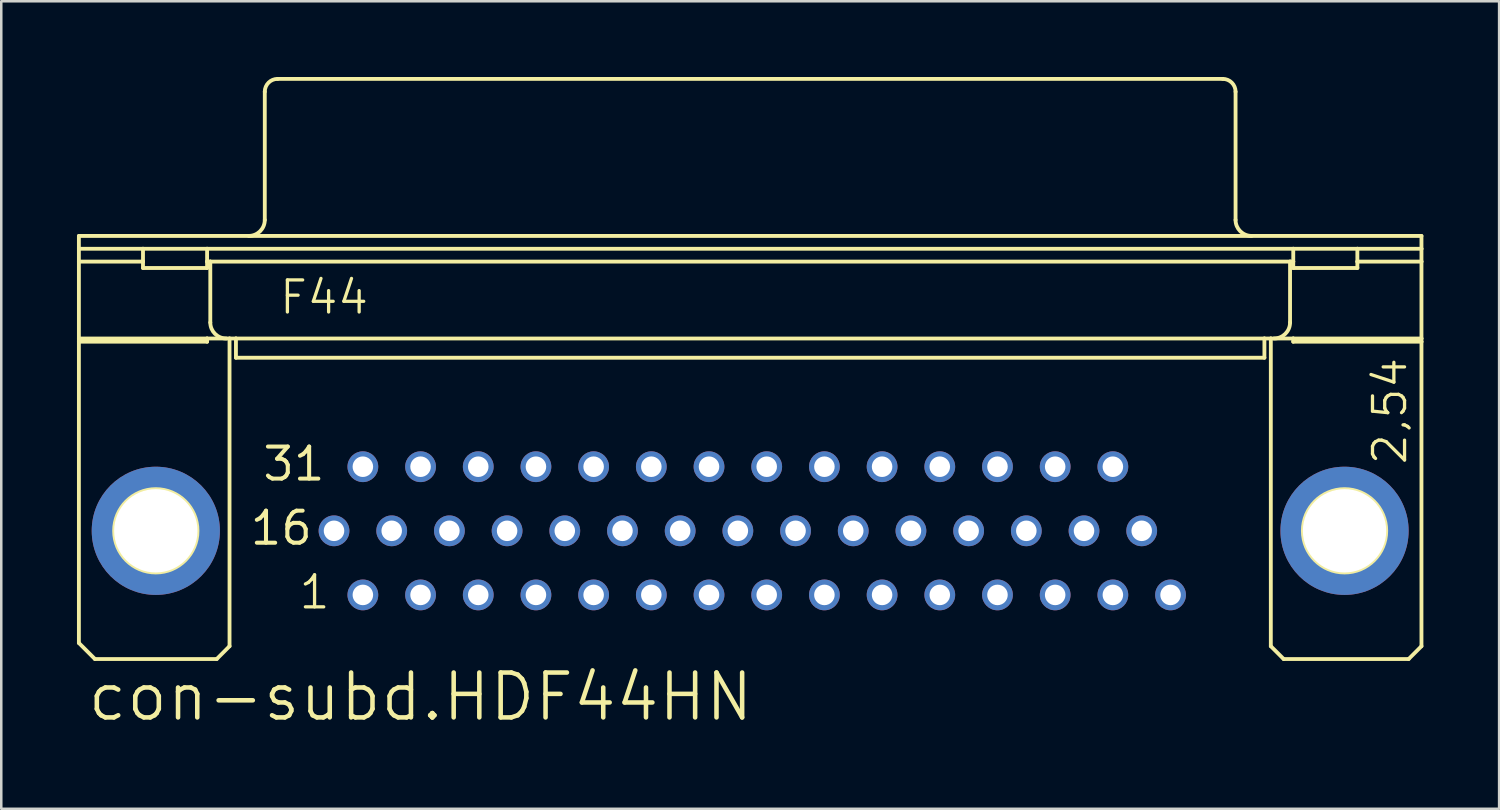
<source format=kicad_pcb>
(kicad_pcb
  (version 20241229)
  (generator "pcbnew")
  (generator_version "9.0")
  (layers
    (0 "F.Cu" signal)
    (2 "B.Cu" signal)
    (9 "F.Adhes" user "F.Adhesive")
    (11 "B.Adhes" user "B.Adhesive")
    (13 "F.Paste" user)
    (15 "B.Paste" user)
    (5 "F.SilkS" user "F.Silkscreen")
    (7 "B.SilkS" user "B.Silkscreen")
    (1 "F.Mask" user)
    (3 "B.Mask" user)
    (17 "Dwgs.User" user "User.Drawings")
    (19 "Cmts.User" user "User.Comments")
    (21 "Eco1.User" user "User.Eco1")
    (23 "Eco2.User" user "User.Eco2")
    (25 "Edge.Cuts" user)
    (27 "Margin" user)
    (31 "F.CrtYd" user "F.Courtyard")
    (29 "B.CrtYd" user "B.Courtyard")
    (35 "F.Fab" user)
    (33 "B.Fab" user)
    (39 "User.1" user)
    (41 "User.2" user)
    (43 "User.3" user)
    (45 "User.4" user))
  (footprint "con-subd.HDF44HN"
    (layer "F.Cu")
    (at 26.06 16.713)
    (property "Reference" "con-subd.HDF44HN" (at -25.73 8.89 0) (layer "F.SilkS") (effects (font (size 1.778 1.778) (thickness 0.18)) (justify left bottom)))
    (attr through_hole)
    (fp_line (start -25.984 -10.414) (end 27.214 -10.414) (stroke (width 0.152) (type default)) (layer "F.SilkS"))
    (fp_line (start -25.984 -9.906) (end -25.984 -10.414) (stroke (width 0.152) (type default)) (layer "F.SilkS"))
    (fp_line (start -25.984 -9.906) (end -23.444 -9.906) (stroke (width 0.152) (type default)) (layer "F.SilkS"))
    (fp_line (start -25.984 -9.398) (end -25.984 -9.906) (stroke (width 0.152) (type default)) (layer "F.SilkS"))
    (fp_line (start -25.984 -9.398) (end -23.444 -9.398) (stroke (width 0.152) (type default)) (layer "F.SilkS"))
    (fp_line (start -25.984 -6.35) (end -25.984 -9.398) (stroke (width 0.152) (type default)) (layer "F.SilkS"))
    (fp_line (start -25.984 -6.35) (end -25.984 -6.223) (stroke (width 0.152) (type default)) (layer "F.SilkS"))
    (fp_line (start -25.984 -6.35) (end -20.904 -6.35) (stroke (width 0.152) (type default)) (layer "F.SilkS"))
    (fp_line (start -25.984 -6.223) (end -20.904 -6.223) (stroke (width 0.152) (type default)) (layer "F.SilkS"))
    (fp_line (start -25.984 5.715) (end -25.984 -6.223) (stroke (width 0.152) (type default)) (layer "F.SilkS"))
    (fp_line (start -25.349 6.35) (end -25.984 5.715) (stroke (width 0.152) (type default)) (layer "F.SilkS"))
    (fp_line (start -23.444 -9.906) (end -20.904 -9.906) (stroke (width 0.152) (type default)) (layer "F.SilkS"))
    (fp_line (start -23.444 -9.398) (end -23.444 -9.906) (stroke (width 0.152) (type default)) (layer "F.SilkS"))
    (fp_line (start -23.444 -9.398) (end -23.444 -9.144) (stroke (width 0.152) (type default)) (layer "F.SilkS"))
    (fp_line (start -23.444 -9.144) (end -20.904 -9.144) (stroke (width 0.152) (type default)) (layer "F.SilkS"))
    (fp_line (start -20.904 -9.906) (end 22.134 -9.906) (stroke (width 0.152) (type default)) (layer "F.SilkS"))
    (fp_line (start -20.904 -9.398) (end -20.904 -9.906) (stroke (width 0.152) (type default)) (layer "F.SilkS"))
    (fp_line (start -20.904 -9.398) (end -20.777 -9.398) (stroke (width 0.152) (type default)) (layer "F.SilkS"))
    (fp_line (start -20.904 -9.144) (end -20.904 -9.398) (stroke (width 0.152) (type default)) (layer "F.SilkS"))
    (fp_line (start -20.904 -6.35) (end -20.015 -6.35) (stroke (width 0.152) (type default)) (layer "F.SilkS"))
    (fp_line (start -20.904 -6.223) (end -20.904 -6.35) (stroke (width 0.152) (type default)) (layer "F.SilkS"))
    (fp_line (start -20.777 -9.398) (end 22.007 -9.398) (stroke (width 0.152) (type default)) (layer "F.SilkS"))
    (fp_line (start -20.777 -6.985) (end -20.777 -9.398) (stroke (width 0.152) (type default)) (layer "F.SilkS"))
    (fp_line (start -20.523 6.35) (end -25.349 6.35) (stroke (width 0.152) (type default)) (layer "F.SilkS"))
    (fp_line (start -20.523 6.35) (end -20.015 5.842) (stroke (width 0.152) (type default)) (layer "F.SilkS"))
    (fp_line (start -20.015 -6.35) (end -19.761 -6.35) (stroke (width 0.152) (type default)) (layer "F.SilkS"))
    (fp_line (start -20.015 5.842) (end -20.015 -6.35) (stroke (width 0.152) (type default)) (layer "F.SilkS"))
    (fp_line (start -19.761 -6.35) (end -19.761 -5.588) (stroke (width 0.152) (type default)) (layer "F.SilkS"))
    (fp_line (start -19.761 -6.35) (end 20.991 -6.35) (stroke (width 0.152) (type default)) (layer "F.SilkS"))
    (fp_line (start -19.761 -5.588) (end 20.991 -5.588) (stroke (width 0.152) (type default)) (layer "F.SilkS"))
    (fp_line (start -18.618 -11.049) (end -18.618 -16.129) (stroke (width 0.152) (type default)) (layer "F.SilkS"))
    (fp_line (start -18.11 -16.637) (end 19.34 -16.637) (stroke (width 0.152) (type default)) (layer "F.SilkS"))
    (fp_line (start 19.848 -11.049) (end 19.848 -16.129) (stroke (width 0.152) (type default)) (layer "F.SilkS"))
    (fp_line (start 20.991 -6.35) (end 20.991 -5.588) (stroke (width 0.152) (type default)) (layer "F.SilkS"))
    (fp_line (start 20.991 -6.35) (end 21.245 -6.35) (stroke (width 0.152) (type default)) (layer "F.SilkS"))
    (fp_line (start 21.245 -6.35) (end 22.134 -6.35) (stroke (width 0.152) (type default)) (layer "F.SilkS"))
    (fp_line (start 21.245 5.842) (end 21.245 -6.35) (stroke (width 0.152) (type default)) (layer "F.SilkS"))
    (fp_line (start 21.245 5.842) (end 21.753 6.35) (stroke (width 0.152) (type default)) (layer "F.SilkS"))
    (fp_line (start 21.753 6.35) (end 26.706 6.35) (stroke (width 0.152) (type default)) (layer "F.SilkS"))
    (fp_line (start 22.007 -9.398) (end 22.134 -9.398) (stroke (width 0.152) (type default)) (layer "F.SilkS"))
    (fp_line (start 22.007 -6.985) (end 22.007 -9.398) (stroke (width 0.152) (type default)) (layer "F.SilkS"))
    (fp_line (start 22.134 -9.906) (end 24.674 -9.906) (stroke (width 0.152) (type default)) (layer "F.SilkS"))
    (fp_line (start 22.134 -9.398) (end 22.134 -9.906) (stroke (width 0.152) (type default)) (layer "F.SilkS"))
    (fp_line (start 22.134 -9.144) (end 22.134 -9.398) (stroke (width 0.152) (type default)) (layer "F.SilkS"))
    (fp_line (start 22.134 -9.144) (end 24.674 -9.144) (stroke (width 0.152) (type default)) (layer "F.SilkS"))
    (fp_line (start 22.134 -6.35) (end 27.214 -6.35) (stroke (width 0.152) (type default)) (layer "F.SilkS"))
    (fp_line (start 22.134 -6.223) (end 22.134 -6.35) (stroke (width 0.152) (type default)) (layer "F.SilkS"))
    (fp_line (start 22.134 -6.223) (end 27.214 -6.223) (stroke (width 0.152) (type default)) (layer "F.SilkS"))
    (fp_line (start 24.674 -9.906) (end 27.214 -9.906) (stroke (width 0.152) (type default)) (layer "F.SilkS"))
    (fp_line (start 24.674 -9.398) (end 24.674 -9.906) (stroke (width 0.152) (type default)) (layer "F.SilkS"))
    (fp_line (start 24.674 -9.398) (end 24.674 -9.144) (stroke (width 0.152) (type default)) (layer "F.SilkS"))
    (fp_line (start 24.674 -9.398) (end 27.214 -9.398) (stroke (width 0.152) (type default)) (layer "F.SilkS"))
    (fp_line (start 26.706 6.35) (end 27.214 5.842) (stroke (width 0.152) (type default)) (layer "F.SilkS"))
    (fp_line (start 27.214 -10.414) (end 27.214 -9.906) (stroke (width 0.152) (type default)) (layer "F.SilkS"))
    (fp_line (start 27.214 -9.906) (end 27.214 -9.398) (stroke (width 0.152) (type default)) (layer "F.SilkS"))
    (fp_line (start 27.214 -9.398) (end 27.214 -6.35) (stroke (width 0.152) (type default)) (layer "F.SilkS"))
    (fp_line (start 27.214 -6.35) (end 27.214 -6.223) (stroke (width 0.152) (type default)) (layer "F.SilkS"))
    (fp_line (start 27.214 5.842) (end 27.214 -6.223) (stroke (width 0.152) (type default)) (layer "F.SilkS"))
    (fp_arc (start -20.1422 -6.35) (mid -20.591213 -6.535987) (end -20.7772 -6.985) (stroke (width 0.1524) (type default)) (layer "F.SilkS"))
    (fp_arc (start -18.6182 -16.129) (mid -18.46941 -16.48821) (end -18.1102 -16.637) (stroke (width 0.1524) (type default)) (layer "F.SilkS"))
    (fp_arc (start -18.6182 -11.049) (mid -18.804187 -10.599987) (end -19.2532 -10.414) (stroke (width 0.1524) (type default)) (layer "F.SilkS"))
    (fp_arc (start 19.34 -16.637) (mid 19.69921 -16.48821) (end 19.848 -16.129) (stroke (width 0.1524) (type default)) (layer "F.SilkS"))
    (fp_arc (start 20.483 -10.414) (mid 20.033987 -10.599987) (end 19.848 -11.049) (stroke (width 0.1524) (type default)) (layer "F.SilkS"))
    (fp_arc (start 22.007 -6.985) (mid 21.821013 -6.535987) (end 21.372 -6.35) (stroke (width 0.1524) (type default)) (layer "F.SilkS"))
    (fp_circle (center -22.936 1.27) (end -21.285 1.27) (stroke (width 0.152) (type default)) (fill no) (layer "F.SilkS"))
    (fp_circle (center 24.166 1.27) (end 25.817 1.27) (stroke (width 0.152) (type default)) (fill no) (layer "F.SilkS"))
    (fp_text user "2,54" (at 26.706 -1.27 90) (layer "F.SilkS") (effects (font (size 1.27 1.27) (thickness 0.13)) (justify left bottom)))
    (fp_text user "F44" (at -18.11 -7.239 0) (layer "F.SilkS") (effects (font (size 1.27 1.27) (thickness 0.13)) (justify left bottom)))
    (fp_text user "1" (at -17.336 4.445 0) (layer "F.SilkS") (effects (font (size 1.27 1.27) (thickness 0.13)) (justify left bottom)))
    (fp_text user "31" (at -18.78 -0.635 0) (layer "F.SilkS") (effects (font (size 1.27 1.27) (thickness 0.16)) (justify left bottom)))
    (fp_text user "16" (at -19.28 1.905 0) (layer "F.SilkS") (effects (font (size 1.27 1.27) (thickness 0.16)) (justify left bottom)))
    (pad "1" thru_hole circle (at -14.732 3.81) (size 1.219 1.219) (drill 0.813) (layers "*.Cu" "*.Mask"))
    (pad "2" thru_hole circle (at -12.446 3.81) (size 1.219 1.219) (drill 0.813) (layers "*.Cu" "*.Mask"))
    (pad "3" thru_hole circle (at -10.16 3.81) (size 1.219 1.219) (drill 0.813) (layers "*.Cu" "*.Mask"))
    (pad "4" thru_hole circle (at -7.874 3.81) (size 1.219 1.219) (drill 0.813) (layers "*.Cu" "*.Mask"))
    (pad "5" thru_hole circle (at -5.588 3.81) (size 1.219 1.219) (drill 0.813) (layers "*.Cu" "*.Mask"))
    (pad "6" thru_hole circle (at -3.302 3.81) (size 1.219 1.219) (drill 0.813) (layers "*.Cu" "*.Mask"))
    (pad "7" thru_hole circle (at -1.016 3.81) (size 1.219 1.219) (drill 0.813) (layers "*.Cu" "*.Mask"))
    (pad "8" thru_hole circle (at 1.27 3.81) (size 1.219 1.219) (drill 0.813) (layers "*.Cu" "*.Mask"))
    (pad "9" thru_hole circle (at 3.556 3.81) (size 1.219 1.219) (drill 0.813) (layers "*.Cu" "*.Mask"))
    (pad "10" thru_hole circle (at 5.842 3.81) (size 1.219 1.219) (drill 0.813) (layers "*.Cu" "*.Mask"))
    (pad "11" thru_hole circle (at 8.128 3.81) (size 1.219 1.219) (drill 0.813) (layers "*.Cu" "*.Mask"))
    (pad "12" thru_hole circle (at 10.414 3.81) (size 1.219 1.219) (drill 0.813) (layers "*.Cu" "*.Mask"))
    (pad "13" thru_hole circle (at 12.7 3.81) (size 1.219 1.219) (drill 0.813) (layers "*.Cu" "*.Mask"))
    (pad "14" thru_hole circle (at 14.986 3.81) (size 1.219 1.219) (drill 0.813) (layers "*.Cu" "*.Mask"))
    (pad "15" thru_hole circle (at 17.272 3.81) (size 1.219 1.219) (drill 0.813) (layers "*.Cu" "*.Mask"))
    (pad "16" thru_hole circle (at -15.875 1.27) (size 1.219 1.219) (drill 0.813) (layers "*.Cu" "*.Mask"))
    (pad "17" thru_hole circle (at -13.589 1.27) (size 1.219 1.219) (drill 0.813) (layers "*.Cu" "*.Mask"))
    (pad "18" thru_hole circle (at -11.303 1.27) (size 1.219 1.219) (drill 0.813) (layers "*.Cu" "*.Mask"))
    (pad "19" thru_hole circle (at -9.017 1.27) (size 1.219 1.219) (drill 0.813) (layers "*.Cu" "*.Mask"))
    (pad "20" thru_hole circle (at -6.731 1.27) (size 1.219 1.219) (drill 0.813) (layers "*.Cu" "*.Mask"))
    (pad "21" thru_hole circle (at -4.445 1.27) (size 1.219 1.219) (drill 0.813) (layers "*.Cu" "*.Mask"))
    (pad "22" thru_hole circle (at -2.159 1.27) (size 1.219 1.219) (drill 0.813) (layers "*.Cu" "*.Mask"))
    (pad "23" thru_hole circle (at 0.127 1.27) (size 1.219 1.219) (drill 0.813) (layers "*.Cu" "*.Mask"))
    (pad "24" thru_hole circle (at 2.413 1.27) (size 1.219 1.219) (drill 0.813) (layers "*.Cu" "*.Mask"))
    (pad "25" thru_hole circle (at 4.699 1.27) (size 1.219 1.219) (drill 0.813) (layers "*.Cu" "*.Mask"))
    (pad "26" thru_hole circle (at 6.985 1.27) (size 1.219 1.219) (drill 0.813) (layers "*.Cu" "*.Mask"))
    (pad "27" thru_hole circle (at 9.271 1.27) (size 1.219 1.219) (drill 0.813) (layers "*.Cu" "*.Mask"))
    (pad "28" thru_hole circle (at 11.557 1.27) (size 1.219 1.219) (drill 0.813) (layers "*.Cu" "*.Mask"))
    (pad "29" thru_hole circle (at 13.843 1.27) (size 1.219 1.219) (drill 0.813) (layers "*.Cu" "*.Mask"))
    (pad "30" thru_hole circle (at 16.129 1.27) (size 1.219 1.219) (drill 0.813) (layers "*.Cu" "*.Mask"))
    (pad "31" thru_hole circle (at -14.732 -1.27) (size 1.219 1.219) (drill 0.813) (layers "*.Cu" "*.Mask"))
    (pad "32" thru_hole circle (at -12.446 -1.27) (size 1.219 1.219) (drill 0.813) (layers "*.Cu" "*.Mask"))
    (pad "33" thru_hole circle (at -10.16 -1.27) (size 1.219 1.219) (drill 0.813) (layers "*.Cu" "*.Mask"))
    (pad "34" thru_hole circle (at -7.874 -1.27) (size 1.219 1.219) (drill 0.813) (layers "*.Cu" "*.Mask"))
    (pad "35" thru_hole circle (at -5.588 -1.27) (size 1.219 1.219) (drill 0.813) (layers "*.Cu" "*.Mask"))
    (pad "36" thru_hole circle (at -3.302 -1.27) (size 1.219 1.219) (drill 0.813) (layers "*.Cu" "*.Mask"))
    (pad "37" thru_hole circle (at -1.016 -1.27) (size 1.219 1.219) (drill 0.813) (layers "*.Cu" "*.Mask"))
    (pad "38" thru_hole circle (at 1.27 -1.27) (size 1.219 1.219) (drill 0.813) (layers "*.Cu" "*.Mask"))
    (pad "39" thru_hole circle (at 3.556 -1.27) (size 1.219 1.219) (drill 0.813) (layers "*.Cu" "*.Mask"))
    (pad "40" thru_hole circle (at 5.842 -1.27) (size 1.219 1.219) (drill 0.813) (layers "*.Cu" "*.Mask"))
    (pad "41" thru_hole circle (at 8.128 -1.27) (size 1.219 1.219) (drill 0.813) (layers "*.Cu" "*.Mask"))
    (pad "42" thru_hole circle (at 10.414 -1.27) (size 1.219 1.219) (drill 0.813) (layers "*.Cu" "*.Mask"))
    (pad "43" thru_hole circle (at 12.7 -1.27) (size 1.219 1.219) (drill 0.813) (layers "*.Cu" "*.Mask"))
    (pad "44" thru_hole circle (at 14.986 -1.27) (size 1.219 1.219) (drill 0.813) (layers "*.Cu" "*.Mask"))
    (pad "G1" thru_hole circle (at -22.936 1.27) (size 5.08 5.08) (drill 3.302) (layers "*.Cu" "*.Mask"))
    (pad "G2" thru_hole circle (at 24.166 1.27) (size 5.08 5.08) (drill 3.302) (layers "*.Cu" "*.Mask")))
  (gr_rect
    (start -3 -3)
    (end 56.351 28.997)
    (stroke (width 0.1) (type default))
    (fill no)
    (layer "Edge.Cuts")))
</source>
